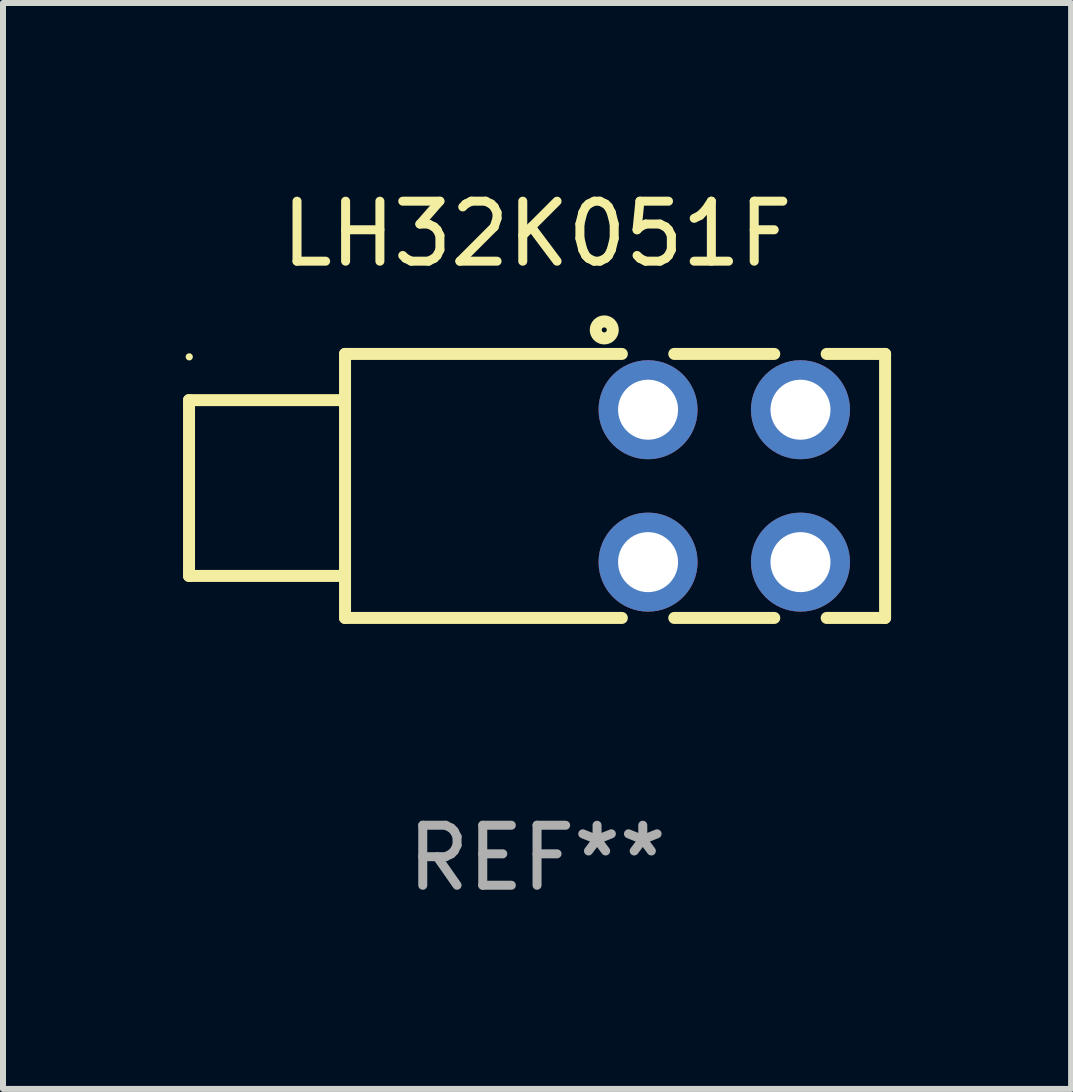
<source format=kicad_pcb>
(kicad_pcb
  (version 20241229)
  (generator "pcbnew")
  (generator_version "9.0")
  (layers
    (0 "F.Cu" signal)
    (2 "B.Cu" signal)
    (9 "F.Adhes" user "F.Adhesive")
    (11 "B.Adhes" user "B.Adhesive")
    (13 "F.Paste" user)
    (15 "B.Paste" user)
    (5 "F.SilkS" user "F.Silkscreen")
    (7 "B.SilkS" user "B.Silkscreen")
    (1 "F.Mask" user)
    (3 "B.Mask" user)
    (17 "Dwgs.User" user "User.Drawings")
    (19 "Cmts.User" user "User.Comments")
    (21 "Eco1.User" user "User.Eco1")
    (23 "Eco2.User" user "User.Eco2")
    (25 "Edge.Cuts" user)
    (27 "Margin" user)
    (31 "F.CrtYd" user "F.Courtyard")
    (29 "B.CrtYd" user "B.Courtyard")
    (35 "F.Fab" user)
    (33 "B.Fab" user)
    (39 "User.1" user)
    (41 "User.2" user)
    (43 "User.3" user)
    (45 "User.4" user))
  (footprint "LH32K051F"
    (layer "F.Cu")
    (at 5.9 5.048)
    (property "Reference" "LH32K051F" (at 0 -4.2 0) (layer "F.SilkS") (effects (font (size 1 1) (thickness 0.15))))
    (attr through_hole)
    (fp_line (start -5.8 -1.43) (end -5.8 1.5) (stroke (width 0.2) (type solid)) (layer "F.SilkS"))
    (fp_line (start -5.8 1.5) (end -3.3 1.5) (stroke (width 0.2) (type solid)) (layer "F.SilkS"))
    (fp_line (start -3.2 -2.2) (end 1.413 -2.2) (stroke (width 0.2) (type solid)) (layer "F.SilkS"))
    (fp_line (start -3.2 -1.43) (end -5.8 -1.43) (stroke (width 0.2) (type solid)) (layer "F.SilkS"))
    (fp_line (start -3.2 2.2) (end -3.2 -2.2) (stroke (width 0.2) (type solid)) (layer "F.SilkS"))
    (fp_line (start 1.413 2.2) (end -3.2 2.2) (stroke (width 0.2) (type solid)) (layer "F.SilkS"))
    (fp_line (start 2.287 -2.2) (end 3.953 -2.2) (stroke (width 0.2) (type solid)) (layer "F.SilkS"))
    (fp_line (start 3.953 2.2) (end 2.287 2.2) (stroke (width 0.2) (type solid)) (layer "F.SilkS"))
    (fp_line (start 4.827 -2.2) (end 5.8 -2.2) (stroke (width 0.2) (type solid)) (layer "F.SilkS"))
    (fp_line (start 5.8 -2.2) (end 5.8 2.2) (stroke (width 0.2) (type solid)) (layer "F.SilkS"))
    (fp_line (start 5.8 2.2) (end 4.827 2.2) (stroke (width 0.2) (type solid)) (layer "F.SilkS"))
    (fp_circle (center -5.796 -2.151) (end -5.766 -2.151) (stroke (width 0.06) (type solid)) (fill no) (layer "F.SilkS"))
    (fp_circle (center 1.12 -2.6) (end 1.262 -2.6) (stroke (width 0.2) (type solid)) (fill no) (layer "F.SilkS"))
    (fp_text user "REF**" (at 0 6.2 0) (layer "F.Fab") (effects (font (size 1 1) (thickness 0.15))))
    (pad "1" thru_hole circle (at 1.85 -1.27) (size 1.65 1.65) (drill 1) (layers "*.Cu" "*.Mask"))
    (pad "2" thru_hole circle (at 4.39 -1.27) (size 1.65 1.65) (drill 1) (layers "*.Cu" "*.Mask"))
    (pad "3" thru_hole circle (at 4.39 1.27) (size 1.65 1.65) (drill 1) (layers "*.Cu" "*.Mask"))
    (pad "4" thru_hole circle (at 1.85 1.27) (size 1.65 1.65) (drill 1) (layers "*.Cu" "*.Mask")))
  (gr_rect
    (start -3 -3)
    (end 14.8 15.097)
    (stroke (width 0.1) (type default))
    (fill no)
    (layer "Edge.Cuts")))
</source>
